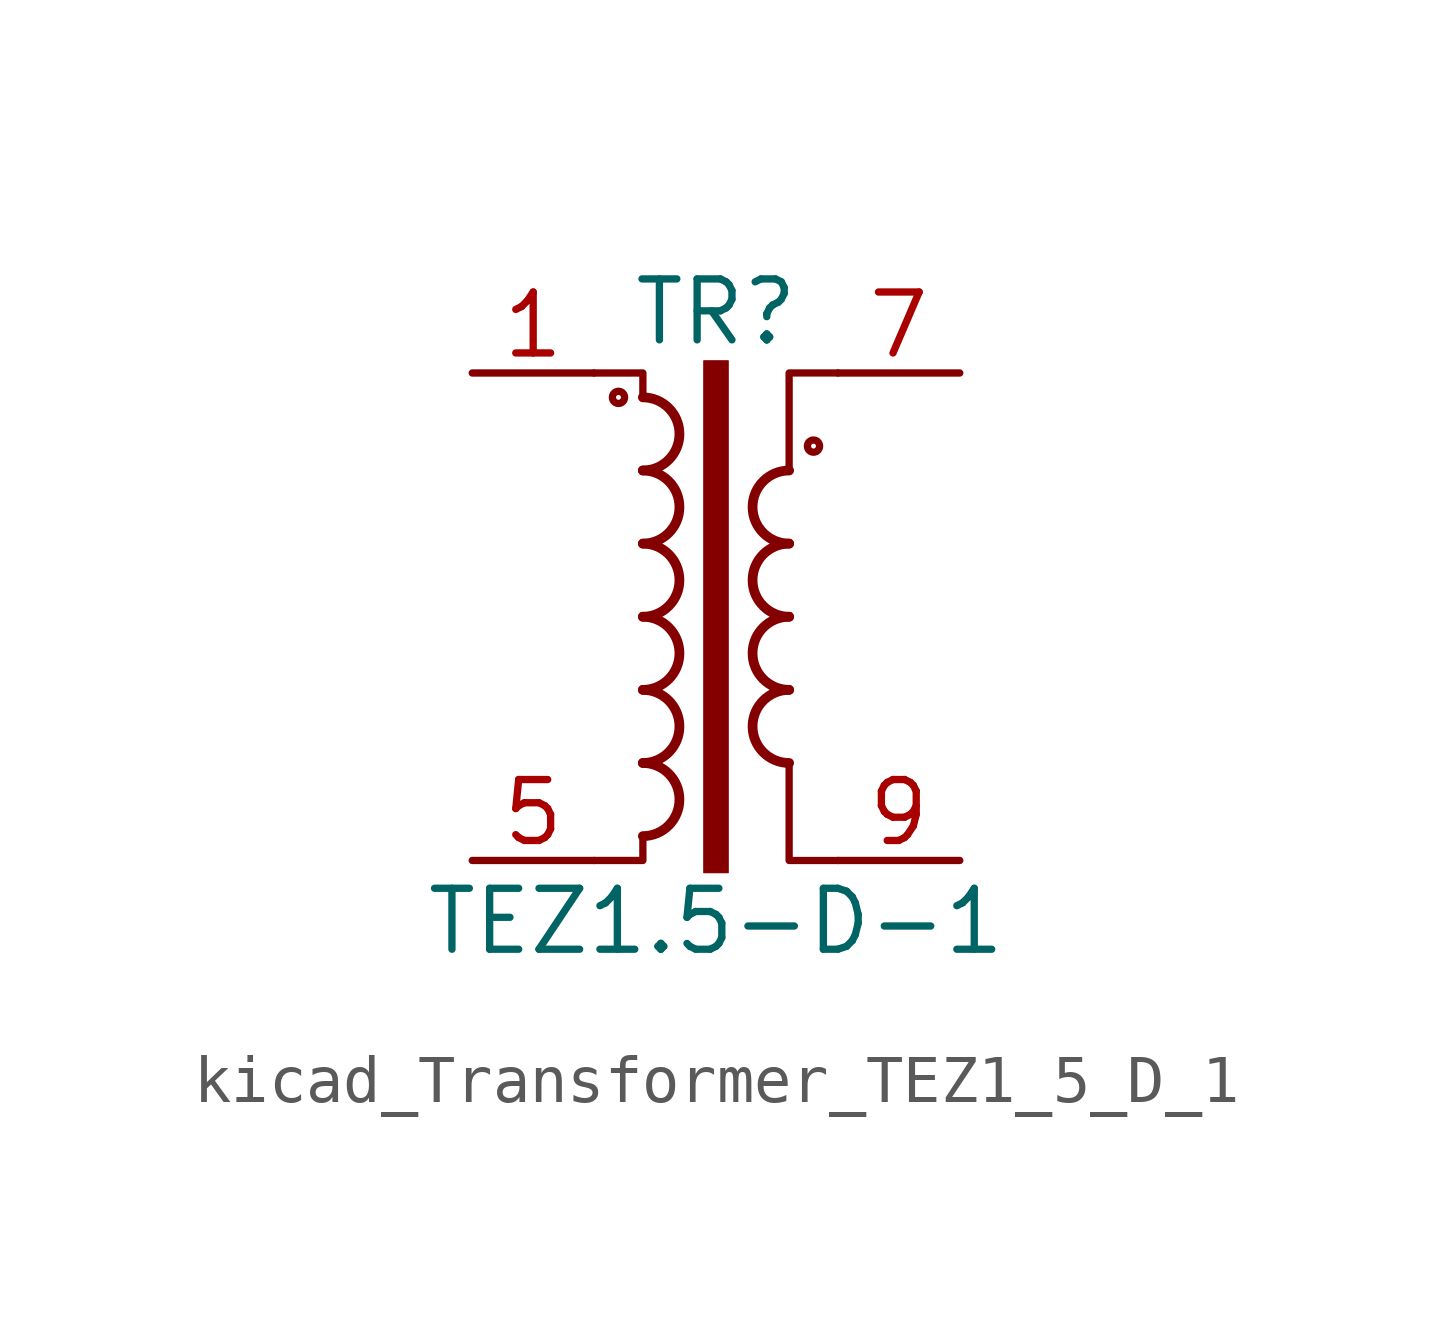
<source format=kicad_sym>
(kicad_symbol_lib
  (version 20220914)
  (generator kicad_symbol_editor)
  (symbol "kicad_Transformer_TEZ1_5_D_1"
    (pin_names
      (offset 0.025))
    (property "Reference" "TR"
      (at 0 6.35 0)
      (effects (font (size 1.27 1.27))))
    (property "Value" "TEZ1.5-D-1"
      (at 0 -6.35 0)
      (effects (font (size 1.27 1.27))))
    (symbol "kicad_Transformer_TEZ1_5_D_1_0_1"
      (circle (center -2.032 4.572) (radius 0.127) (stroke (width 0) (type default)) (fill (type none)))
      (arc (start -1.524 -4.572) (mid -0.7653 -3.81) (end -1.524 -3.048) (stroke (width 0.2032) (type default)) (fill (type none)))
      (arc (start -1.524 -3.048) (mid -0.7653 -2.286) (end -1.524 -1.524) (stroke (width 0.2032) (type default)) (fill (type none)))
      (arc (start -1.524 -1.524) (mid -0.7653 -0.762) (end -1.524 0) (stroke (width 0.2032) (type default)) (fill (type none)))
      (arc (start -1.524 0) (mid -0.7653 0.762) (end -1.524 1.524) (stroke (width 0.2032) (type default)) (fill (type none)))
      (arc (start -1.524 1.524) (mid -0.7653 2.286) (end -1.524 3.048) (stroke (width 0.2032) (type default)) (fill (type none)))
      (arc (start -1.524 3.048) (mid -0.7653 3.81) (end -1.524 4.572) (stroke (width 0.2032) (type default)) (fill (type none)))
      (rectangle (start -0.254 5.334) (end 0.254 -5.334) (stroke (width 0.025) (type default)) (fill (type outline)))
      (polyline (pts (xy -1.524 -4.572) (xy -1.524 -5.08) (xy -2.54 -5.08)) (stroke (width 0) (type default)) (fill (type none)))
      (polyline (pts (xy -1.524 4.572) (xy -1.524 5.08) (xy -2.54 5.08)) (stroke (width 0) (type default)) (fill (type none)))
      (polyline (pts (xy 1.524 3.048) (xy 1.524 5.08) (xy 2.54 5.08) (xy 2.54 5.08)) (stroke (width 0.152) (type default)) (fill (type none)))
      (polyline (pts (xy 2.54 -5.08) (xy 1.524 -5.08) (xy 1.524 -3.048) (xy 1.524 -3.048)) (stroke (width 0.152) (type default)) (fill (type none)))
      (arc (start 1.524 -1.524) (mid 0.7653 -2.286) (end 1.524 -3.048) (stroke (width 0.2032) (type default)) (fill (type none)))
      (arc (start 1.524 0) (mid 0.7653 -0.762) (end 1.524 -1.524) (stroke (width 0.2032) (type default)) (fill (type none)))
      (arc (start 1.524 1.524) (mid 0.7653 0.762) (end 1.524 0) (stroke (width 0.2032) (type default)) (fill (type none)))
      (arc (start 1.524 3.048) (mid 0.7653 2.286) (end 1.524 1.524) (stroke (width 0.2032) (type default)) (fill (type none)))
      (circle (center 2.032 3.556) (radius 0.127) (stroke (width 0) (type default)) (fill (type none))))
    (symbol "kicad_Transformer_TEZ1_5_D_1_1_1"
      (pin passive line (at -5.08 5.08 0) (length 2.54) (name "~" (effects (font (size 1.27 1.27)))) (number "1" (effects (font (size 1.27 1.27)))))
      (pin passive line (at -5.08 -5.08 0) (length 2.54) (name "~" (effects (font (size 1.27 1.27)))) (number "5" (effects (font (size 1.27 1.27)))))
      (pin passive line (at 5.08 5.08 180) (length 2.54) (name "~" (effects (font (size 1.27 1.27)))) (number "7" (effects (font (size 1.27 1.27)))))
      (pin passive line (at 5.08 -5.08 180) (length 2.54) (name "~" (effects (font (size 1.27 1.27)))) (number "9" (effects (font (size 1.27 1.27))))))))
</source>
